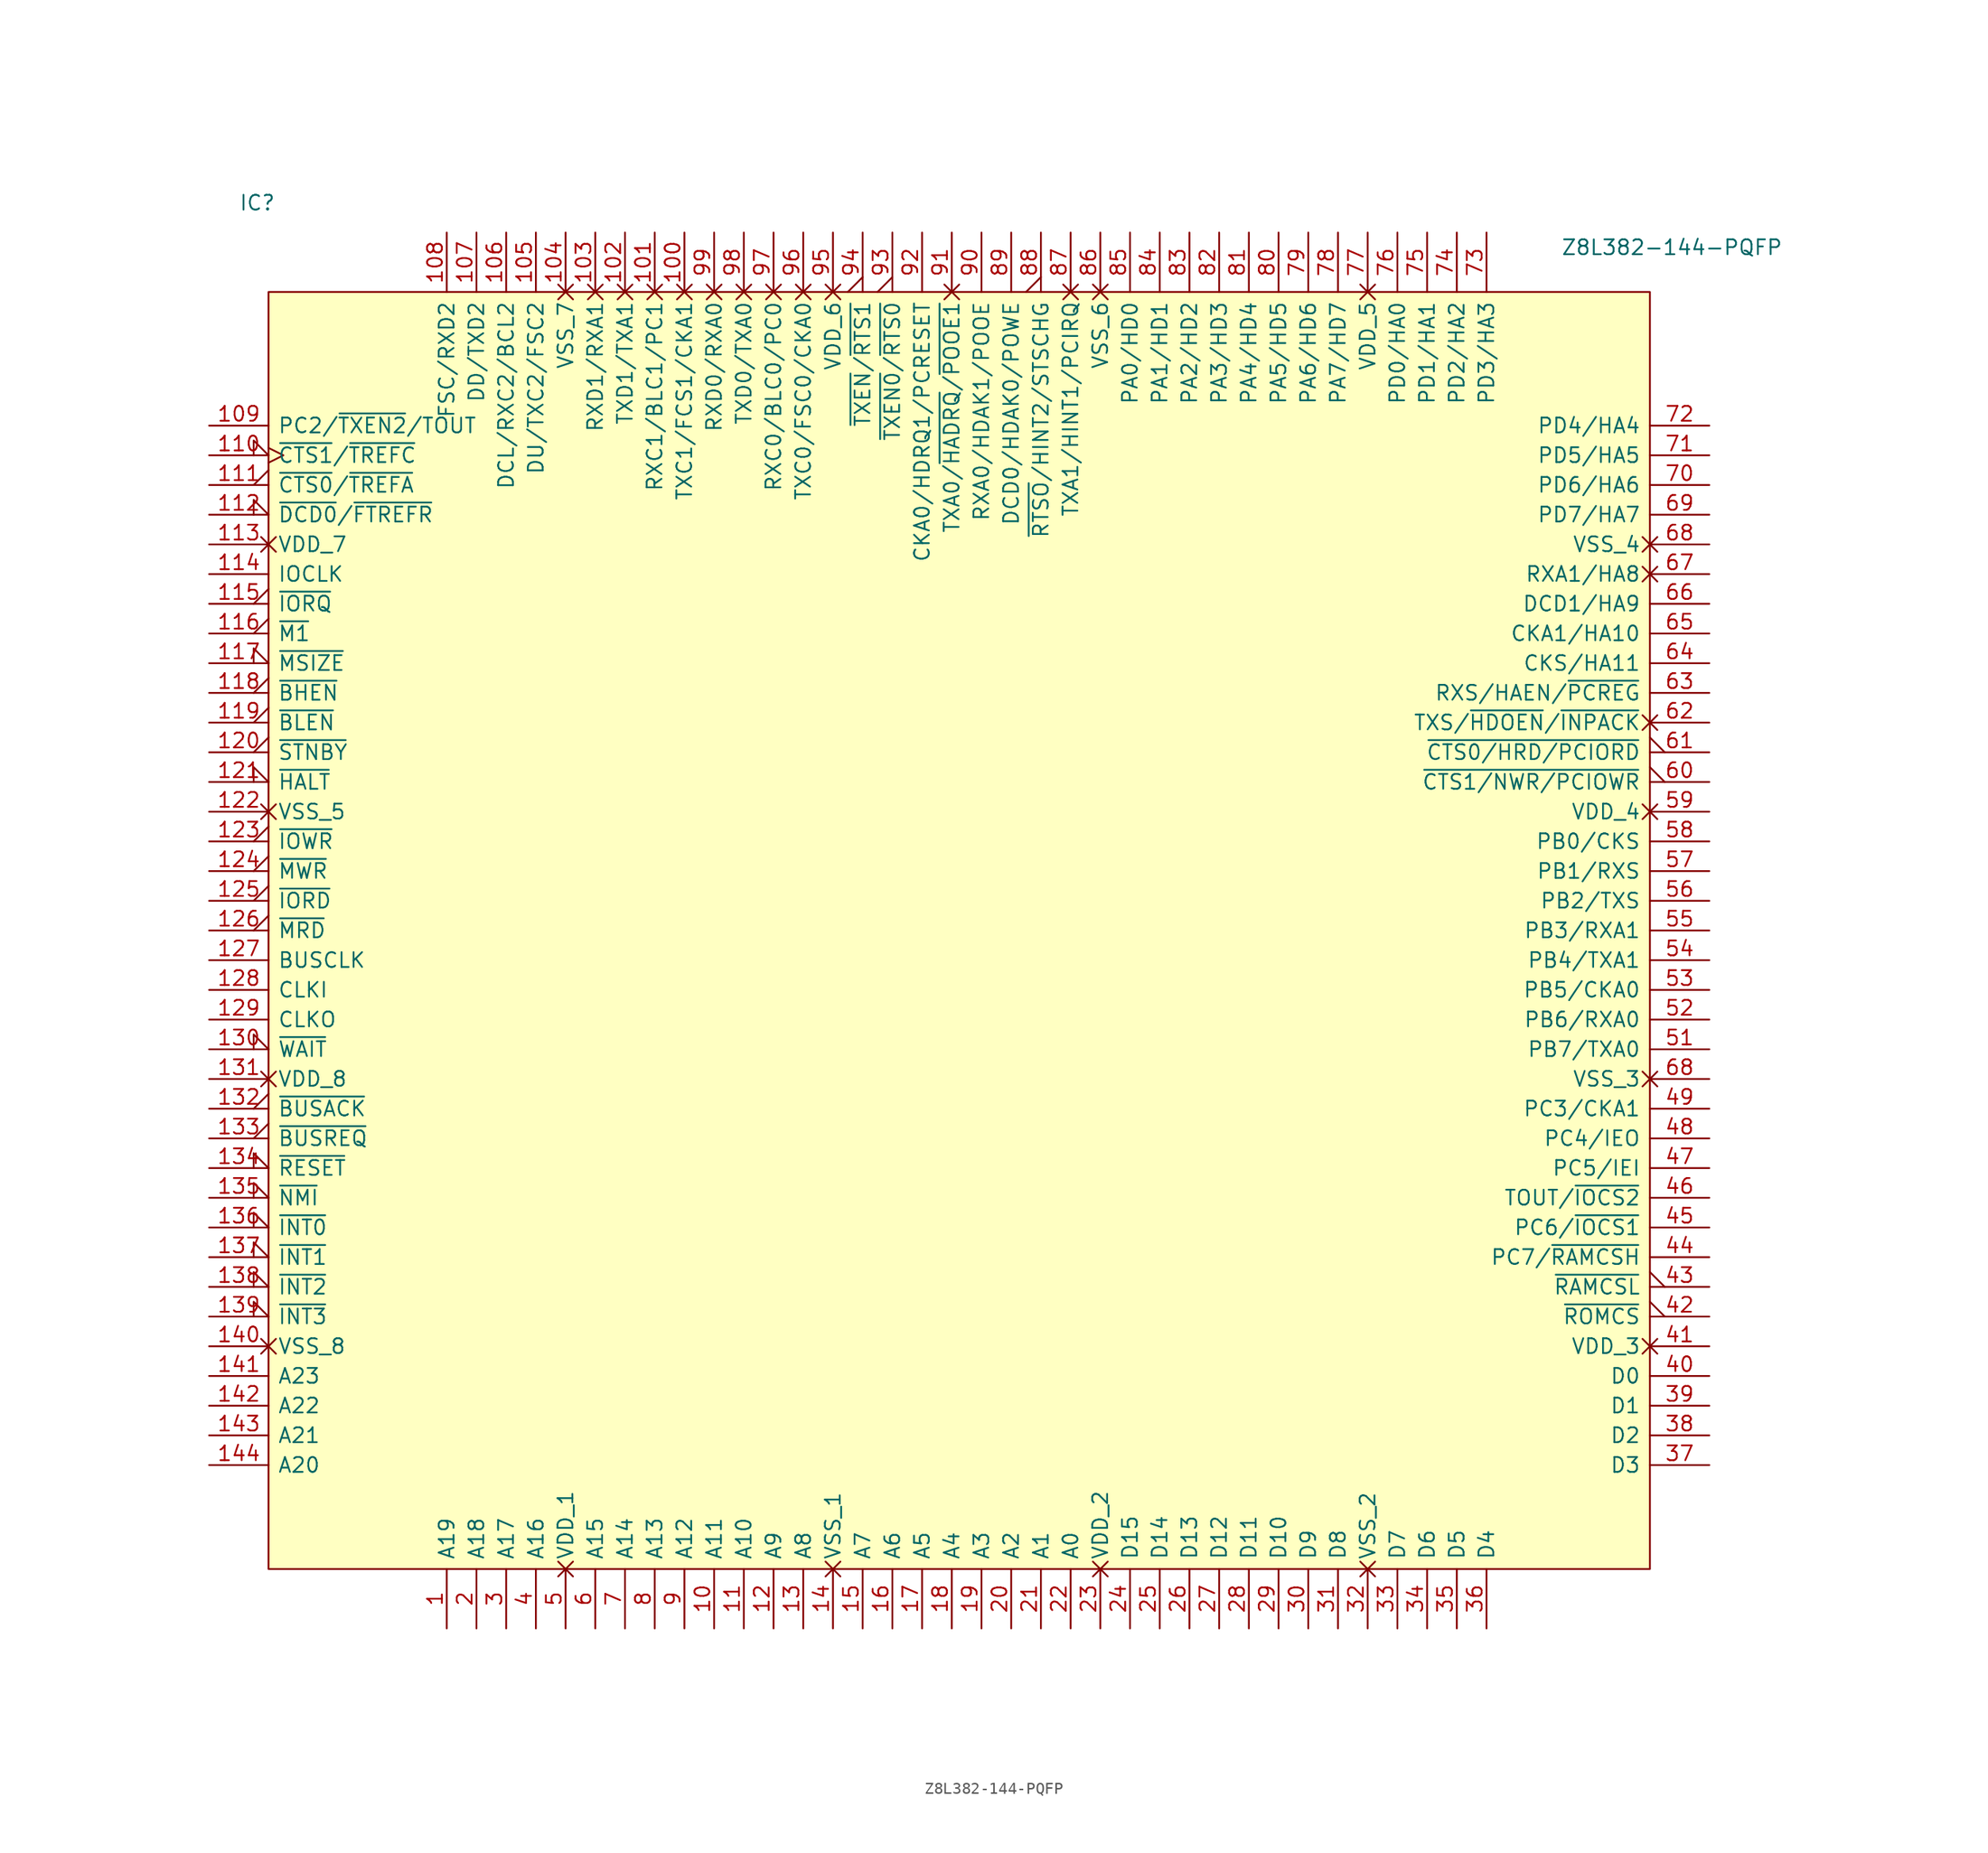
<source format=kicad_sym>
(kicad_symbol_lib
  (version 20220914)
  (generator kicad_symbol_editor)
  (symbol "Z8L382-144-PQFP"
    (pin_names
      (offset 0.762))
    (property "Reference" "IC"
      (at -2.54 7.62 0)
      (effects (font (size 1.27 1.27)) (justify left)))
    (property "Value" "Z8L382-144-PQFP"
      (at 110.49 3.81 0)
      (effects (font (size 1.27 1.27)) (justify left)))
    (symbol "Z8L382-144-PQFP_0_0"
      (pin output line (at 15.24 -114.3 90) (length 5.08) (name "A19" (effects (font (size 1.27 1.27)))) (number "1" (effects (font (size 1.27 1.27)))))
      (pin output line (at 38.1 -114.3 90) (length 5.08) (name "A11" (effects (font (size 1.27 1.27)))) (number "10" (effects (font (size 1.27 1.27)))))
      (pin bidirectional non_logic (at 35.56 5.08 270) (length 5.08) (name "TXC1/FCS1/CKA1" (effects (font (size 1.27 1.27)))) (number "100" (effects (font (size 1.27 1.27)))))
      (pin input non_logic (at 33.02 5.08 270) (length 5.08) (name "RXC1/BLC1/PC1" (effects (font (size 1.27 1.27)))) (number "101" (effects (font (size 1.27 1.27)))))
      (pin bidirectional non_logic (at 30.48 5.08 270) (length 5.08) (name "TXD1/TXA1" (effects (font (size 1.27 1.27)))) (number "102" (effects (font (size 1.27 1.27)))))
      (pin input non_logic (at 27.94 5.08 270) (length 5.08) (name "RXD1/RXA1" (effects (font (size 1.27 1.27)))) (number "103" (effects (font (size 1.27 1.27)))))
      (pin power_in non_logic (at 25.4 5.08 270) (length 5.08) (name "VSS_7" (effects (font (size 1.27 1.27)))) (number "104" (effects (font (size 1.27 1.27)))))
      (pin bidirectional line (at 22.86 5.08 270) (length 5.08) (name "DU/TXC2/FSC2" (effects (font (size 1.27 1.27)))) (number "105" (effects (font (size 1.27 1.27)))))
      (pin bidirectional line (at 20.32 5.08 270) (length 5.08) (name "DCL/RXC2/BCL2" (effects (font (size 1.27 1.27)))) (number "106" (effects (font (size 1.27 1.27)))))
      (pin output line (at 17.78 5.08 270) (length 5.08) (name "DD/TXD2" (effects (font (size 1.27 1.27)))) (number "107" (effects (font (size 1.27 1.27)))))
      (pin bidirectional line (at 15.24 5.08 270) (length 5.08) (name "FSC/RXD2" (effects (font (size 1.27 1.27)))) (number "108" (effects (font (size 1.27 1.27)))))
      (pin output line (at -5.08 -11.43 0) (length 5.08) (name "PC2/~{TXEN2}/TOUT" (effects (font (size 1.27 1.27)))) (number "109" (effects (font (size 1.27 1.27)))))
      (pin output line (at 40.64 -114.3 90) (length 5.08) (name "A10" (effects (font (size 1.27 1.27)))) (number "11" (effects (font (size 1.27 1.27)))))
      (pin tri_state clock_low (at -5.08 -13.97 0) (length 5.08) (name "~{CTS1}/~{TREFC}" (effects (font (size 1.27 1.27)))) (number "110" (effects (font (size 1.27 1.27)))))
      (pin tri_state output_low (at -5.08 -16.51 0) (length 5.08) (name "~{CTS0}/~{TREFA}" (effects (font (size 1.27 1.27)))) (number "111" (effects (font (size 1.27 1.27)))))
      (pin input input_low (at -5.08 -19.05 0) (length 5.08) (name "~{DCD0}/~{FTREFR}" (effects (font (size 1.27 1.27)))) (number "112" (effects (font (size 1.27 1.27)))))
      (pin power_in non_logic (at -5.08 -21.59 0) (length 5.08) (name "VDD_7" (effects (font (size 1.27 1.27)))) (number "113" (effects (font (size 1.27 1.27)))))
      (pin output line (at -5.08 -24.13 0) (length 5.08) (name "IOCLK" (effects (font (size 1.27 1.27)))) (number "114" (effects (font (size 1.27 1.27)))))
      (pin output output_low (at -5.08 -26.67 0) (length 5.08) (name "~{IORQ}" (effects (font (size 1.27 1.27)))) (number "115" (effects (font (size 1.27 1.27)))))
      (pin output output_low (at -5.08 -29.21 0) (length 5.08) (name "~{M1}" (effects (font (size 1.27 1.27)))) (number "116" (effects (font (size 1.27 1.27)))))
      (pin input input_low (at -5.08 -31.75 0) (length 5.08) (name "~{MSIZE}" (effects (font (size 1.27 1.27)))) (number "117" (effects (font (size 1.27 1.27)))))
      (pin output output_low (at -5.08 -34.29 0) (length 5.08) (name "~{BHEN}" (effects (font (size 1.27 1.27)))) (number "118" (effects (font (size 1.27 1.27)))))
      (pin output output_low (at -5.08 -36.83 0) (length 5.08) (name "~{BLEN}" (effects (font (size 1.27 1.27)))) (number "119" (effects (font (size 1.27 1.27)))))
      (pin output line (at 43.18 -114.3 90) (length 5.08) (name "A9" (effects (font (size 1.27 1.27)))) (number "12" (effects (font (size 1.27 1.27)))))
      (pin output output_low (at -5.08 -39.37 0) (length 5.08) (name "~{STNBY}" (effects (font (size 1.27 1.27)))) (number "120" (effects (font (size 1.27 1.27)))))
      (pin output input_low (at -5.08 -41.91 0) (length 5.08) (name "~{HALT}" (effects (font (size 1.27 1.27)))) (number "121" (effects (font (size 1.27 1.27)))))
      (pin power_in non_logic (at -5.08 -44.45 0) (length 5.08) (name "VSS_5" (effects (font (size 1.27 1.27)))) (number "122" (effects (font (size 1.27 1.27)))))
      (pin output output_low (at -5.08 -46.99 0) (length 5.08) (name "~{IOWR}" (effects (font (size 1.27 1.27)))) (number "123" (effects (font (size 1.27 1.27)))))
      (pin output output_low (at -5.08 -49.53 0) (length 5.08) (name "~{MWR}" (effects (font (size 1.27 1.27)))) (number "124" (effects (font (size 1.27 1.27)))))
      (pin output output_low (at -5.08 -52.07 0) (length 5.08) (name "~{IORD}" (effects (font (size 1.27 1.27)))) (number "125" (effects (font (size 1.27 1.27)))))
      (pin output output_low (at -5.08 -54.61 0) (length 5.08) (name "~{MRD}" (effects (font (size 1.27 1.27)))) (number "126" (effects (font (size 1.27 1.27)))))
      (pin output line (at -5.08 -57.15 0) (length 5.08) (name "BUSCLK" (effects (font (size 1.27 1.27)))) (number "127" (effects (font (size 1.27 1.27)))))
      (pin input line (at -5.08 -59.69 0) (length 5.08) (name "CLKI" (effects (font (size 1.27 1.27)))) (number "128" (effects (font (size 1.27 1.27)))))
      (pin output line (at -5.08 -62.23 0) (length 5.08) (name "CLKO" (effects (font (size 1.27 1.27)))) (number "129" (effects (font (size 1.27 1.27)))))
      (pin output line (at 45.72 -114.3 90) (length 5.08) (name "A8" (effects (font (size 1.27 1.27)))) (number "13" (effects (font (size 1.27 1.27)))))
      (pin input input_low (at -5.08 -64.77 0) (length 5.08) (name "~{WAIT}" (effects (font (size 1.27 1.27)))) (number "130" (effects (font (size 1.27 1.27)))))
      (pin power_in non_logic (at -5.08 -67.31 0) (length 5.08) (name "VDD_8" (effects (font (size 1.27 1.27)))) (number "131" (effects (font (size 1.27 1.27)))))
      (pin output output_low (at -5.08 -69.85 0) (length 5.08) (name "~{BUSACK}" (effects (font (size 1.27 1.27)))) (number "132" (effects (font (size 1.27 1.27)))))
      (pin input output_low (at -5.08 -72.39 0) (length 5.08) (name "~{BUSREQ}" (effects (font (size 1.27 1.27)))) (number "133" (effects (font (size 1.27 1.27)))))
      (pin input input_low (at -5.08 -74.93 0) (length 5.08) (name "~{RESET}" (effects (font (size 1.27 1.27)))) (number "134" (effects (font (size 1.27 1.27)))))
      (pin input input_low (at -5.08 -77.47 0) (length 5.08) (name "~{NMI}" (effects (font (size 1.27 1.27)))) (number "135" (effects (font (size 1.27 1.27)))))
      (pin input input_low (at -5.08 -80.01 0) (length 5.08) (name "~{INT0}" (effects (font (size 1.27 1.27)))) (number "136" (effects (font (size 1.27 1.27)))))
      (pin input input_low (at -5.08 -82.55 0) (length 5.08) (name "~{INT1}" (effects (font (size 1.27 1.27)))) (number "137" (effects (font (size 1.27 1.27)))))
      (pin input input_low (at -5.08 -85.09 0) (length 5.08) (name "~{INT2}" (effects (font (size 1.27 1.27)))) (number "138" (effects (font (size 1.27 1.27)))))
      (pin input input_low (at -5.08 -87.63 0) (length 5.08) (name "~{INT3}" (effects (font (size 1.27 1.27)))) (number "139" (effects (font (size 1.27 1.27)))))
      (pin power_in non_logic (at 48.26 -114.3 90) (length 5.08) (name "VSS_1" (effects (font (size 1.27 1.27)))) (number "14" (effects (font (size 1.27 1.27)))))
      (pin power_in non_logic (at -5.08 -90.17 0) (length 5.08) (name "VSS_8" (effects (font (size 1.27 1.27)))) (number "140" (effects (font (size 1.27 1.27)))))
      (pin output line (at -5.08 -92.71 0) (length 5.08) (name "A23" (effects (font (size 1.27 1.27)))) (number "141" (effects (font (size 1.27 1.27)))))
      (pin output line (at -5.08 -95.25 0) (length 5.08) (name "A22" (effects (font (size 1.27 1.27)))) (number "142" (effects (font (size 1.27 1.27)))))
      (pin output line (at -5.08 -97.79 0) (length 5.08) (name "A21" (effects (font (size 1.27 1.27)))) (number "143" (effects (font (size 1.27 1.27)))))
      (pin output line (at -5.08 -100.33 0) (length 5.08) (name "A20" (effects (font (size 1.27 1.27)))) (number "144" (effects (font (size 1.27 1.27)))))
      (pin output line (at 50.8 -114.3 90) (length 5.08) (name "A7" (effects (font (size 1.27 1.27)))) (number "15" (effects (font (size 1.27 1.27)))))
      (pin output line (at 53.34 -114.3 90) (length 5.08) (name "A6" (effects (font (size 1.27 1.27)))) (number "16" (effects (font (size 1.27 1.27)))))
      (pin output line (at 55.88 -114.3 90) (length 5.08) (name "A5" (effects (font (size 1.27 1.27)))) (number "17" (effects (font (size 1.27 1.27)))))
      (pin output line (at 58.42 -114.3 90) (length 5.08) (name "A4" (effects (font (size 1.27 1.27)))) (number "18" (effects (font (size 1.27 1.27)))))
      (pin output line (at 60.96 -114.3 90) (length 5.08) (name "A3" (effects (font (size 1.27 1.27)))) (number "19" (effects (font (size 1.27 1.27)))))
      (pin output line (at 17.78 -114.3 90) (length 5.08) (name "A18" (effects (font (size 1.27 1.27)))) (number "2" (effects (font (size 1.27 1.27)))))
      (pin output line (at 63.5 -114.3 90) (length 5.08) (name "A2" (effects (font (size 1.27 1.27)))) (number "20" (effects (font (size 1.27 1.27)))))
      (pin output line (at 66.04 -114.3 90) (length 5.08) (name "A1" (effects (font (size 1.27 1.27)))) (number "21" (effects (font (size 1.27 1.27)))))
      (pin output line (at 68.58 -114.3 90) (length 5.08) (name "A0" (effects (font (size 1.27 1.27)))) (number "22" (effects (font (size 1.27 1.27)))))
      (pin power_in non_logic (at 71.12 -114.3 90) (length 5.08) (name "VDD_2" (effects (font (size 1.27 1.27)))) (number "23" (effects (font (size 1.27 1.27)))))
      (pin tri_state line (at 73.66 -114.3 90) (length 5.08) (name "D15" (effects (font (size 1.27 1.27)))) (number "24" (effects (font (size 1.27 1.27)))))
      (pin tri_state line (at 76.2 -114.3 90) (length 5.08) (name "D14" (effects (font (size 1.27 1.27)))) (number "25" (effects (font (size 1.27 1.27)))))
      (pin tri_state line (at 78.74 -114.3 90) (length 5.08) (name "D13" (effects (font (size 1.27 1.27)))) (number "26" (effects (font (size 1.27 1.27)))))
      (pin tri_state line (at 81.28 -114.3 90) (length 5.08) (name "D12" (effects (font (size 1.27 1.27)))) (number "27" (effects (font (size 1.27 1.27)))))
      (pin tri_state line (at 83.82 -114.3 90) (length 5.08) (name "D11" (effects (font (size 1.27 1.27)))) (number "28" (effects (font (size 1.27 1.27)))))
      (pin tri_state line (at 86.36 -114.3 90) (length 5.08) (name "D10" (effects (font (size 1.27 1.27)))) (number "29" (effects (font (size 1.27 1.27)))))
      (pin output line (at 20.32 -114.3 90) (length 5.08) (name "A17" (effects (font (size 1.27 1.27)))) (number "3" (effects (font (size 1.27 1.27)))))
      (pin tri_state line (at 88.9 -114.3 90) (length 5.08) (name "D9" (effects (font (size 1.27 1.27)))) (number "30" (effects (font (size 1.27 1.27)))))
      (pin tri_state line (at 91.44 -114.3 90) (length 5.08) (name "D8" (effects (font (size 1.27 1.27)))) (number "31" (effects (font (size 1.27 1.27)))))
      (pin power_in non_logic (at 93.98 -114.3 90) (length 5.08) (name "VSS_2" (effects (font (size 1.27 1.27)))) (number "32" (effects (font (size 1.27 1.27)))))
      (pin tri_state line (at 96.52 -114.3 90) (length 5.08) (name "D7" (effects (font (size 1.27 1.27)))) (number "33" (effects (font (size 1.27 1.27)))))
      (pin tri_state line (at 99.06 -114.3 90) (length 5.08) (name "D6" (effects (font (size 1.27 1.27)))) (number "34" (effects (font (size 1.27 1.27)))))
      (pin tri_state line (at 101.6 -114.3 90) (length 5.08) (name "D5" (effects (font (size 1.27 1.27)))) (number "35" (effects (font (size 1.27 1.27)))))
      (pin tri_state line (at 104.14 -114.3 90) (length 5.08) (name "D4" (effects (font (size 1.27 1.27)))) (number "36" (effects (font (size 1.27 1.27)))))
      (pin tri_state line (at 123.19 -100.33 180) (length 5.08) (name "D3" (effects (font (size 1.27 1.27)))) (number "37" (effects (font (size 1.27 1.27)))))
      (pin tri_state line (at 123.19 -97.79 180) (length 5.08) (name "D2" (effects (font (size 1.27 1.27)))) (number "38" (effects (font (size 1.27 1.27)))))
      (pin tri_state line (at 123.19 -95.25 180) (length 5.08) (name "D1" (effects (font (size 1.27 1.27)))) (number "39" (effects (font (size 1.27 1.27)))))
      (pin output line (at 22.86 -114.3 90) (length 5.08) (name "A16" (effects (font (size 1.27 1.27)))) (number "4" (effects (font (size 1.27 1.27)))))
      (pin tri_state line (at 123.19 -92.71 180) (length 5.08) (name "D0" (effects (font (size 1.27 1.27)))) (number "40" (effects (font (size 1.27 1.27)))))
      (pin power_in non_logic (at 123.19 -90.17 180) (length 5.08) (name "VDD_3" (effects (font (size 1.27 1.27)))) (number "41" (effects (font (size 1.27 1.27)))))
      (pin output output_low (at 123.19 -87.63 180) (length 5.08) (name "~{ROMCS}" (effects (font (size 1.27 1.27)))) (number "42" (effects (font (size 1.27 1.27)))))
      (pin output output_low (at 123.19 -85.09 180) (length 5.08) (name "~{RAMCSL}" (effects (font (size 1.27 1.27)))) (number "43" (effects (font (size 1.27 1.27)))))
      (pin output line (at 123.19 -82.55 180) (length 5.08) (name "PC7/~{RAMCSH}" (effects (font (size 1.27 1.27)))) (number "44" (effects (font (size 1.27 1.27)))))
      (pin output line (at 123.19 -80.01 180) (length 5.08) (name "PC6/~{IOCS1}" (effects (font (size 1.27 1.27)))) (number "45" (effects (font (size 1.27 1.27)))))
      (pin output line (at 123.19 -77.47 180) (length 5.08) (name "TOUT/~{IOCS2}" (effects (font (size 1.27 1.27)))) (number "46" (effects (font (size 1.27 1.27)))))
      (pin bidirectional line (at 123.19 -74.93 180) (length 5.08) (name "PC5/IEI" (effects (font (size 1.27 1.27)))) (number "47" (effects (font (size 1.27 1.27)))))
      (pin bidirectional line (at 123.19 -72.39 180) (length 5.08) (name "PC4/IEO" (effects (font (size 1.27 1.27)))) (number "48" (effects (font (size 1.27 1.27)))))
      (pin bidirectional line (at 123.19 -69.85 180) (length 5.08) (name "PC3/CKA1" (effects (font (size 1.27 1.27)))) (number "49" (effects (font (size 1.27 1.27)))))
      (pin power_in non_logic (at 25.4 -114.3 90) (length 5.08) (name "VDD_1" (effects (font (size 1.27 1.27)))) (number "5" (effects (font (size 1.27 1.27)))))
      (pin bidirectional line (at 123.19 -64.77 180) (length 5.08) (name "PB7/TXA0" (effects (font (size 1.27 1.27)))) (number "51" (effects (font (size 1.27 1.27)))))
      (pin bidirectional line (at 123.19 -62.23 180) (length 5.08) (name "PB6/RXA0" (effects (font (size 1.27 1.27)))) (number "52" (effects (font (size 1.27 1.27)))))
      (pin bidirectional line (at 123.19 -59.69 180) (length 5.08) (name "PB5/CKA0" (effects (font (size 1.27 1.27)))) (number "53" (effects (font (size 1.27 1.27)))))
      (pin bidirectional line (at 123.19 -57.15 180) (length 5.08) (name "PB4/TXA1" (effects (font (size 1.27 1.27)))) (number "54" (effects (font (size 1.27 1.27)))))
      (pin bidirectional line (at 123.19 -54.61 180) (length 5.08) (name "PB3/RXA1" (effects (font (size 1.27 1.27)))) (number "55" (effects (font (size 1.27 1.27)))))
      (pin bidirectional line (at 123.19 -52.07 180) (length 5.08) (name "PB2/TXS" (effects (font (size 1.27 1.27)))) (number "56" (effects (font (size 1.27 1.27)))))
      (pin bidirectional line (at 123.19 -49.53 180) (length 5.08) (name "PB1/RXS" (effects (font (size 1.27 1.27)))) (number "57" (effects (font (size 1.27 1.27)))))
      (pin bidirectional line (at 123.19 -46.99 180) (length 5.08) (name "PB0/CKS" (effects (font (size 1.27 1.27)))) (number "58" (effects (font (size 1.27 1.27)))))
      (pin power_in non_logic (at 123.19 -44.45 180) (length 5.08) (name "VDD_4" (effects (font (size 1.27 1.27)))) (number "59" (effects (font (size 1.27 1.27)))))
      (pin output line (at 27.94 -114.3 90) (length 5.08) (name "A15" (effects (font (size 1.27 1.27)))) (number "6" (effects (font (size 1.27 1.27)))))
      (pin input output_low (at 123.19 -41.91 180) (length 5.08) (name "~{CTS1/NWR/PCIOWR}" (effects (font (size 1.27 1.27)))) (number "60" (effects (font (size 1.27 1.27)))))
      (pin input output_low (at 123.19 -39.37 180) (length 5.08) (name "~{CTS0/HRD/PCIORD}" (effects (font (size 1.27 1.27)))) (number "61" (effects (font (size 1.27 1.27)))))
      (pin output non_logic (at 123.19 -36.83 180) (length 5.08) (name "TXS/~{HDOEN}/~{INPACK}" (effects (font (size 1.27 1.27)))) (number "62" (effects (font (size 1.27 1.27)))))
      (pin input line (at 123.19 -34.29 180) (length 5.08) (name "RXS/HAEN/~{PCREG}" (effects (font (size 1.27 1.27)))) (number "63" (effects (font (size 1.27 1.27)))))
      (pin input line (at 123.19 -31.75 180) (length 5.08) (name "CKS/HA11" (effects (font (size 1.27 1.27)))) (number "64" (effects (font (size 1.27 1.27)))))
      (pin input line (at 123.19 -29.21 180) (length 5.08) (name "CKA1/HA10" (effects (font (size 1.27 1.27)))) (number "65" (effects (font (size 1.27 1.27)))))
      (pin input line (at 123.19 -26.67 180) (length 5.08) (name "DCD1/HA9" (effects (font (size 1.27 1.27)))) (number "66" (effects (font (size 1.27 1.27)))))
      (pin input non_logic (at 123.19 -24.13 180) (length 5.08) (name "RXA1/HA8" (effects (font (size 1.27 1.27)))) (number "67" (effects (font (size 1.27 1.27)))))
      (pin power_in non_logic (at 123.19 -67.31 180) (length 5.08) (name "VSS_3" (effects (font (size 1.27 1.27)))) (number "68" (effects (font (size 1.27 1.27)))))
      (pin power_in non_logic (at 123.19 -21.59 180) (length 5.08) (name "VSS_4" (effects (font (size 1.27 1.27)))) (number "68" (effects (font (size 1.27 1.27)))))
      (pin bidirectional line (at 123.19 -19.05 180) (length 5.08) (name "PD7/HA7" (effects (font (size 1.27 1.27)))) (number "69" (effects (font (size 1.27 1.27)))))
      (pin output line (at 30.48 -114.3 90) (length 5.08) (name "A14" (effects (font (size 1.27 1.27)))) (number "7" (effects (font (size 1.27 1.27)))))
      (pin bidirectional line (at 123.19 -16.51 180) (length 5.08) (name "PD6/HA6" (effects (font (size 1.27 1.27)))) (number "70" (effects (font (size 1.27 1.27)))))
      (pin bidirectional line (at 123.19 -13.97 180) (length 5.08) (name "PD5/HA5" (effects (font (size 1.27 1.27)))) (number "71" (effects (font (size 1.27 1.27)))))
      (pin bidirectional line (at 123.19 -11.43 180) (length 5.08) (name "PD4/HA4" (effects (font (size 1.27 1.27)))) (number "72" (effects (font (size 1.27 1.27)))))
      (pin bidirectional line (at 104.14 5.08 270) (length 5.08) (name "PD3/HA3" (effects (font (size 1.27 1.27)))) (number "73" (effects (font (size 1.27 1.27)))))
      (pin bidirectional line (at 101.6 5.08 270) (length 5.08) (name "PD2/HA2" (effects (font (size 1.27 1.27)))) (number "74" (effects (font (size 1.27 1.27)))))
      (pin bidirectional line (at 99.06 5.08 270) (length 5.08) (name "PD1/HA1" (effects (font (size 1.27 1.27)))) (number "75" (effects (font (size 1.27 1.27)))))
      (pin bidirectional line (at 96.52 5.08 270) (length 5.08) (name "PD0/HA0" (effects (font (size 1.27 1.27)))) (number "76" (effects (font (size 1.27 1.27)))))
      (pin power_in non_logic (at 93.98 5.08 270) (length 5.08) (name "VDD_5" (effects (font (size 1.27 1.27)))) (number "77" (effects (font (size 1.27 1.27)))))
      (pin bidirectional line (at 91.44 5.08 270) (length 5.08) (name "PA7/HD7" (effects (font (size 1.27 1.27)))) (number "78" (effects (font (size 1.27 1.27)))))
      (pin bidirectional line (at 88.9 5.08 270) (length 5.08) (name "PA6/HD6" (effects (font (size 1.27 1.27)))) (number "79" (effects (font (size 1.27 1.27)))))
      (pin output line (at 33.02 -114.3 90) (length 5.08) (name "A13" (effects (font (size 1.27 1.27)))) (number "8" (effects (font (size 1.27 1.27)))))
      (pin bidirectional line (at 86.36 5.08 270) (length 5.08) (name "PA5/HD5" (effects (font (size 1.27 1.27)))) (number "80" (effects (font (size 1.27 1.27)))))
      (pin bidirectional line (at 83.82 5.08 270) (length 5.08) (name "PA4/HD4" (effects (font (size 1.27 1.27)))) (number "81" (effects (font (size 1.27 1.27)))))
      (pin bidirectional line (at 81.28 5.08 270) (length 5.08) (name "PA3/HD3" (effects (font (size 1.27 1.27)))) (number "82" (effects (font (size 1.27 1.27)))))
      (pin bidirectional line (at 78.74 5.08 270) (length 5.08) (name "PA2/HD2" (effects (font (size 1.27 1.27)))) (number "83" (effects (font (size 1.27 1.27)))))
      (pin bidirectional line (at 76.2 5.08 270) (length 5.08) (name "PA1/HD1" (effects (font (size 1.27 1.27)))) (number "84" (effects (font (size 1.27 1.27)))))
      (pin bidirectional line (at 73.66 5.08 270) (length 5.08) (name "PA0/HD0" (effects (font (size 1.27 1.27)))) (number "85" (effects (font (size 1.27 1.27)))))
      (pin power_in non_logic (at 71.12 5.08 270) (length 5.08) (name "VSS_6" (effects (font (size 1.27 1.27)))) (number "86" (effects (font (size 1.27 1.27)))))
      (pin output non_logic (at 68.58 5.08 270) (length 5.08) (name "TXA1/HINT1/PCIRQ" (effects (font (size 1.27 1.27)))) (number "87" (effects (font (size 1.27 1.27)))))
      (pin output output_low (at 66.04 5.08 270) (length 5.08) (name "~{RTSO}/HINT2/STSCHG" (effects (font (size 1.27 1.27)))) (number "88" (effects (font (size 1.27 1.27)))))
      (pin input line (at 63.5 5.08 270) (length 5.08) (name "DCD0/HDAK0/POWE" (effects (font (size 1.27 1.27)))) (number "89" (effects (font (size 1.27 1.27)))))
      (pin output line (at 35.56 -114.3 90) (length 5.08) (name "A12" (effects (font (size 1.27 1.27)))) (number "9" (effects (font (size 1.27 1.27)))))
      (pin input line (at 60.96 5.08 270) (length 5.08) (name "RXA0/HDAK1/POOE" (effects (font (size 1.27 1.27)))) (number "90" (effects (font (size 1.27 1.27)))))
      (pin output non_logic (at 58.42 5.08 270) (length 5.08) (name "TXA0/~{HADRQ}/~{POOE1}" (effects (font (size 1.27 1.27)))) (number "91" (effects (font (size 1.27 1.27)))))
      (pin output line (at 55.88 5.08 270) (length 5.08) (name "CKA0/HDRQ1/PCRESET" (effects (font (size 1.27 1.27)))) (number "92" (effects (font (size 1.27 1.27)))))
      (pin output output_low (at 53.34 5.08 270) (length 5.08) (name "~{TXEN0}/~{RTS0}" (effects (font (size 1.27 1.27)))) (number "93" (effects (font (size 1.27 1.27)))))
      (pin output output_low (at 50.8 5.08 270) (length 5.08) (name "~{TXEN}/~{RTS1}" (effects (font (size 1.27 1.27)))) (number "94" (effects (font (size 1.27 1.27)))))
      (pin power_in non_logic (at 48.26 5.08 270) (length 5.08) (name "VDD_6" (effects (font (size 1.27 1.27)))) (number "95" (effects (font (size 1.27 1.27)))))
      (pin bidirectional non_logic (at 45.72 5.08 270) (length 5.08) (name "TXC0/FSC0/CKA0" (effects (font (size 1.27 1.27)))) (number "96" (effects (font (size 1.27 1.27)))))
      (pin input non_logic (at 43.18 5.08 270) (length 5.08) (name "RXC0/BLC0/PC0" (effects (font (size 1.27 1.27)))) (number "97" (effects (font (size 1.27 1.27)))))
      (pin output non_logic (at 40.64 5.08 270) (length 5.08) (name "TXD0/TXA0" (effects (font (size 1.27 1.27)))) (number "98" (effects (font (size 1.27 1.27)))))
      (pin input non_logic (at 38.1 5.08 270) (length 5.08) (name "RXD0/RXA0" (effects (font (size 1.27 1.27)))) (number "99" (effects (font (size 1.27 1.27))))))
    (symbol "Z8L382-144-PQFP_0_1"
      (rectangle (start 118.11 -109.22) (end 0 0) (stroke (width 0) (type solid)) (fill (type background))))))
</source>
